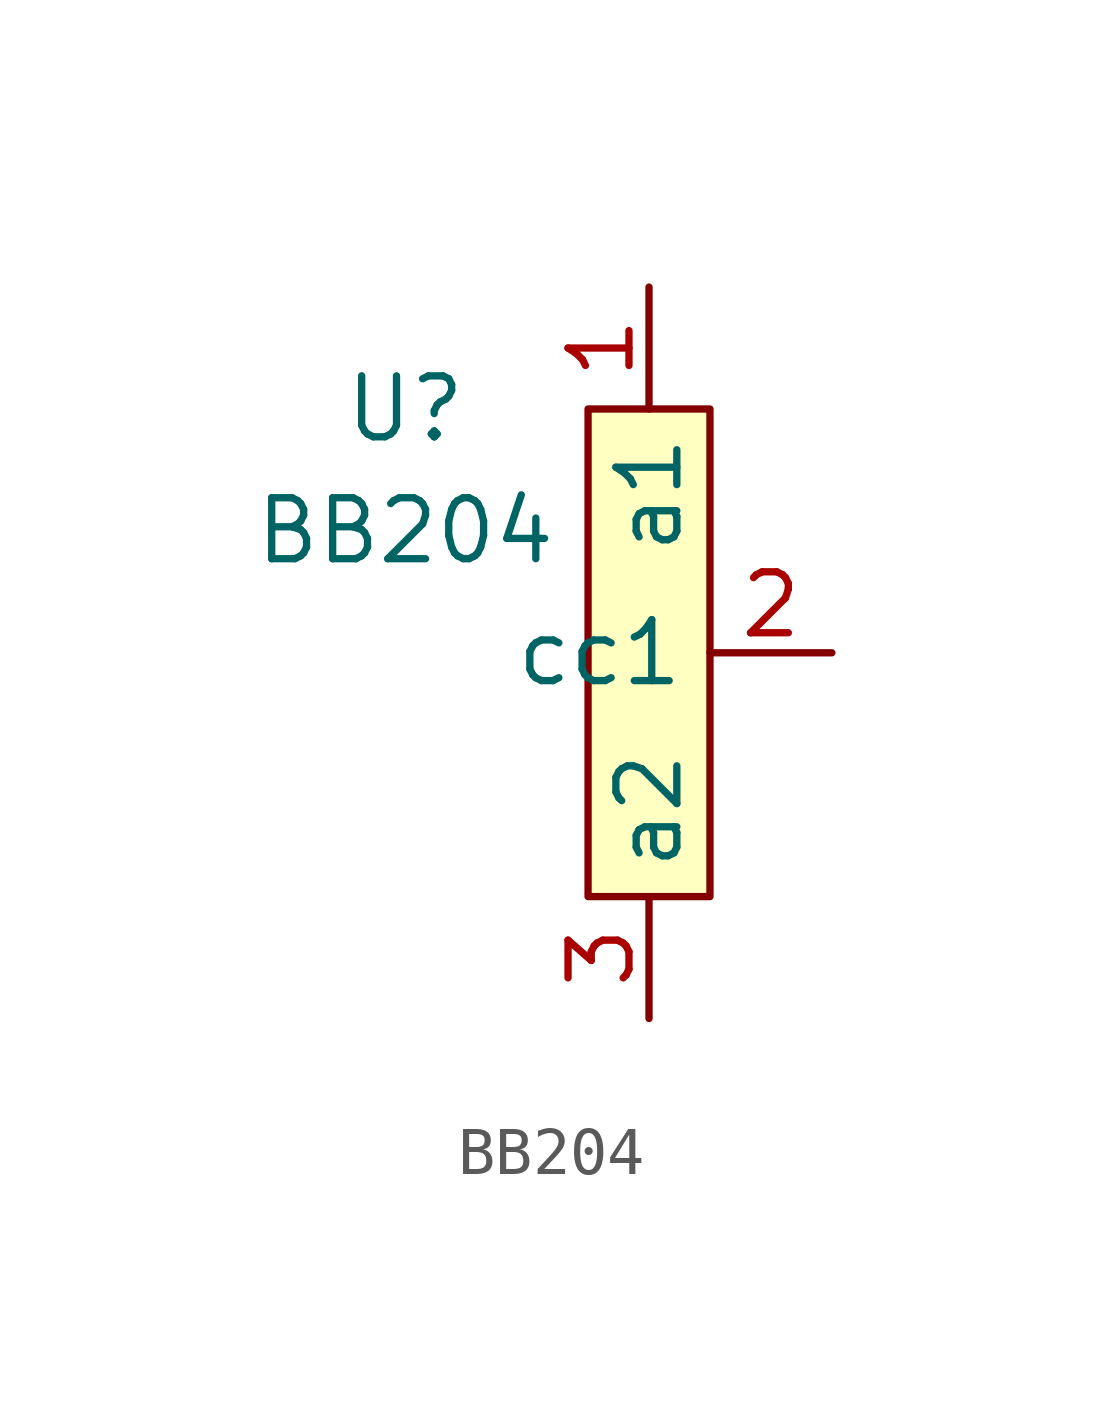
<source format=kicad_sym>
(kicad_symbol_lib
  (version 20211014)
  (generator kicad_symbol_editor)
  (symbol "BB204"
    (property "Reference" "U"
      (at -8.89 -5.08 0)
      (effects (font (size 1.27 1.27))))
    (property "Value" "BB204"
      (at -8.89 -7.62 0)
      (effects (font (size 1.27 1.27))))
    (symbol "BB204_0_1"
      (rectangle (start -5.08 -5.08) (end -2.54 -15.24) (stroke (width 0) (type default) (color 0 0 0 0)) (fill (type background))))
    (symbol "BB204_1_1"
      (pin input line (at -3.81 -2.54 270) (length 2.54) (name "a1" (effects (font (size 1.27 1.27)))) (number "1" (effects (font (size 1.27 1.27)))))
      (pin output line (at 0 -10.16 180) (length 2.54) (name "cc1" (effects (font (size 1.27 1.27)))) (number "2" (effects (font (size 1.27 1.27)))))
      (pin input line (at -3.81 -17.78 90) (length 2.54) (name "a2" (effects (font (size 1.27 1.27)))) (number "3" (effects (font (size 1.27 1.27))))))))
</source>
